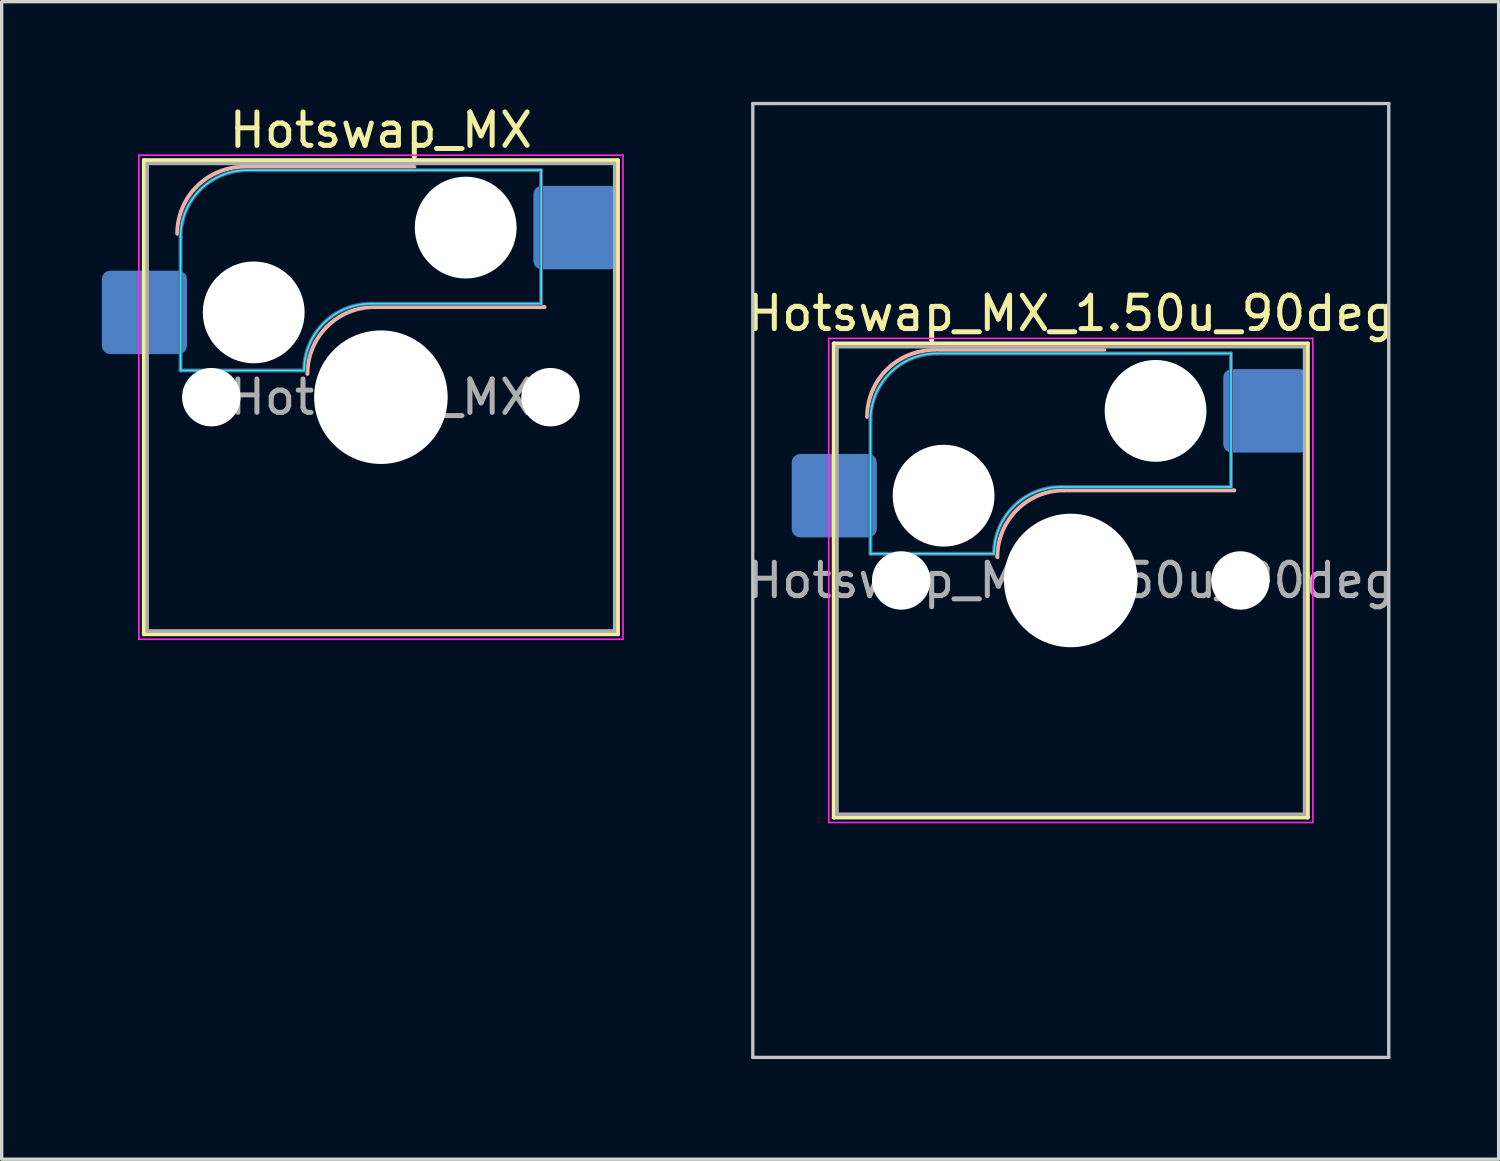
<source format=kicad_pcb>
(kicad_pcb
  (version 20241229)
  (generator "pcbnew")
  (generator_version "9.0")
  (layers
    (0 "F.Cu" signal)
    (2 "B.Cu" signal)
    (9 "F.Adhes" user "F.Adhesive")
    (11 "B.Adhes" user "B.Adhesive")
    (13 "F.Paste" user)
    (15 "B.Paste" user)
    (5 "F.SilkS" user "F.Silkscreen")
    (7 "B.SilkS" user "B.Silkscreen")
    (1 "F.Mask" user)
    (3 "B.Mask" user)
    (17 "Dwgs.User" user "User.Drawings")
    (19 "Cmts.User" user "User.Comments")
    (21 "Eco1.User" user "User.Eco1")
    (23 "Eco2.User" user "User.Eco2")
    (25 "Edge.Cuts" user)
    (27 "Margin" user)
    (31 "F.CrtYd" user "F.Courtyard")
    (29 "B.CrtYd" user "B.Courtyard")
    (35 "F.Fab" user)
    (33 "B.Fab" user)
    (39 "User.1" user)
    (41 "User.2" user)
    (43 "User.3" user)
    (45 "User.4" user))
  (footprint "Hotswap_MX"
    (layer "F.Cu")
    (at 8.36 8.848)
    (property "Reference" "Hotswap_MX" (at 0 -8 0) (layer "F.SilkS") (effects (font (size 1 1) (thickness 0.15))))
    (attr smd)
    (fp_line (start -7.1 -7.1) (end -7.1 7.1) (stroke (width 0.12) (type solid)) (layer "F.SilkS"))
    (fp_line (start -7.1 7.1) (end 7.1 7.1) (stroke (width 0.12) (type solid)) (layer "F.SilkS"))
    (fp_line (start 7.1 -7.1) (end -7.1 -7.1) (stroke (width 0.12) (type solid)) (layer "F.SilkS"))
    (fp_line (start 7.1 7.1) (end 7.1 -7.1) (stroke (width 0.12) (type solid)) (layer "F.SilkS"))
    (fp_line (start -4.1 -6.9) (end 1 -6.9) (stroke (width 0.12) (type solid)) (layer "B.SilkS"))
    (fp_line (start -0.2 -2.7) (end 4.9 -2.7) (stroke (width 0.12) (type solid)) (layer "B.SilkS"))
    (fp_arc (start -6.1 -4.9) (mid -5.514214 -6.314214) (end -4.1 -6.9) (stroke (width 0.12) (type solid)) (layer "B.SilkS"))
    (fp_arc (start -2.2 -0.7) (mid -1.614214 -2.114214) (end -0.2 -2.7) (stroke (width 0.12) (type solid)) (layer "B.SilkS"))
    (fp_line (start -7.8 -6) (end -7 -6) (stroke (width 0.1) (type solid)) (layer "Eco1.User"))
    (fp_line (start -7.8 -2.9) (end -7.8 -6) (stroke (width 0.1) (type solid)) (layer "Eco1.User"))
    (fp_line (start -7.8 2.9) (end -7 2.9) (stroke (width 0.1) (type solid)) (layer "Eco1.User"))
    (fp_line (start -7.8 6) (end -7.8 2.9) (stroke (width 0.1) (type solid)) (layer "Eco1.User"))
    (fp_line (start -7 -7) (end 7 -7) (stroke (width 0.1) (type solid)) (layer "Eco1.User"))
    (fp_line (start -7 -6) (end -7 -7) (stroke (width 0.1) (type solid)) (layer "Eco1.User"))
    (fp_line (start -7 -2.9) (end -7.8 -2.9) (stroke (width 0.1) (type solid)) (layer "Eco1.User"))
    (fp_line (start -7 2.9) (end -7 -2.9) (stroke (width 0.1) (type solid)) (layer "Eco1.User"))
    (fp_line (start -7 6) (end -7.8 6) (stroke (width 0.1) (type solid)) (layer "Eco1.User"))
    (fp_line (start -7 7) (end -7 6) (stroke (width 0.1) (type solid)) (layer "Eco1.User"))
    (fp_line (start 7 -7) (end 7 -6) (stroke (width 0.1) (type solid)) (layer "Eco1.User"))
    (fp_line (start 7 -6) (end 7.8 -6) (stroke (width 0.1) (type solid)) (layer "Eco1.User"))
    (fp_line (start 7 -2.9) (end 7 2.9) (stroke (width 0.1) (type solid)) (layer "Eco1.User"))
    (fp_line (start 7 2.9) (end 7.8 2.9) (stroke (width 0.1) (type solid)) (layer "Eco1.User"))
    (fp_line (start 7 6) (end 7 7) (stroke (width 0.1) (type solid)) (layer "Eco1.User"))
    (fp_line (start 7 7) (end -7 7) (stroke (width 0.1) (type solid)) (layer "Eco1.User"))
    (fp_line (start 7.8 -6) (end 7.8 -2.9) (stroke (width 0.1) (type solid)) (layer "Eco1.User"))
    (fp_line (start 7.8 -2.9) (end 7 -2.9) (stroke (width 0.1) (type solid)) (layer "Eco1.User"))
    (fp_line (start 7.8 2.9) (end 7.8 6) (stroke (width 0.1) (type solid)) (layer "Eco1.User"))
    (fp_line (start 7.8 6) (end 7 6) (stroke (width 0.1) (type solid)) (layer "Eco1.User"))
    (fp_line (start -6 -0.8) (end -6 -4.8) (stroke (width 0.05) (type solid)) (layer "B.CrtYd"))
    (fp_line (start -6 -0.8) (end -2.3 -0.8) (stroke (width 0.05) (type solid)) (layer "B.CrtYd"))
    (fp_line (start -4 -6.8) (end 4.8 -6.8) (stroke (width 0.05) (type solid)) (layer "B.CrtYd"))
    (fp_line (start -0.3 -2.8) (end 4.8 -2.8) (stroke (width 0.05) (type solid)) (layer "B.CrtYd"))
    (fp_line (start 4.8 -6.8) (end 4.8 -2.8) (stroke (width 0.05) (type solid)) (layer "B.CrtYd"))
    (fp_arc (start -6 -4.8) (mid -5.414214 -6.214214) (end -4 -6.8) (stroke (width 0.05) (type solid)) (layer "B.CrtYd"))
    (fp_arc (start -2.3 -0.8) (mid -1.714214 -2.214214) (end -0.3 -2.8) (stroke (width 0.05) (type solid)) (layer "B.CrtYd"))
    (fp_line (start -7.25 -7.25) (end -7.25 7.25) (stroke (width 0.05) (type solid)) (layer "F.CrtYd"))
    (fp_line (start -7.25 7.25) (end 7.25 7.25) (stroke (width 0.05) (type solid)) (layer "F.CrtYd"))
    (fp_line (start 7.25 -7.25) (end -7.25 -7.25) (stroke (width 0.05) (type solid)) (layer "F.CrtYd"))
    (fp_line (start 7.25 7.25) (end 7.25 -7.25) (stroke (width 0.05) (type solid)) (layer "F.CrtYd"))
    (fp_line (start -6 -0.8) (end -6 -4.8) (stroke (width 0.12) (type solid)) (layer "B.Fab"))
    (fp_line (start -6 -0.8) (end -2.3 -0.8) (stroke (width 0.12) (type solid)) (layer "B.Fab"))
    (fp_line (start -4 -6.8) (end 4.8 -6.8) (stroke (width 0.12) (type solid)) (layer "B.Fab"))
    (fp_line (start -0.3 -2.8) (end 4.8 -2.8) (stroke (width 0.12) (type solid)) (layer "B.Fab"))
    (fp_line (start 4.8 -6.8) (end 4.8 -2.8) (stroke (width 0.12) (type solid)) (layer "B.Fab"))
    (fp_arc (start -6 -4.8) (mid -5.414214 -6.214214) (end -4 -6.8) (stroke (width 0.12) (type solid)) (layer "B.Fab"))
    (fp_arc (start -2.3 -0.8) (mid -1.714214 -2.214214) (end -0.3 -2.8) (stroke (width 0.12) (type solid)) (layer "B.Fab"))
    (fp_line (start -7 -7) (end -7 7) (stroke (width 0.1) (type solid)) (layer "F.Fab"))
    (fp_line (start -7 7) (end 7 7) (stroke (width 0.1) (type solid)) (layer "F.Fab"))
    (fp_line (start 7 -7) (end -7 -7) (stroke (width 0.1) (type solid)) (layer "F.Fab"))
    (fp_line (start 7 7) (end 7 -7) (stroke (width 0.1) (type solid)) (layer "F.Fab"))
    (fp_text user "${REFERENCE}" (at 0 0 0) (layer "F.Fab") (effects (font (size 1 1) (thickness 0.15))))
    (pad "" np_thru_hole circle (at -5.08 0) (size 1.75 1.75) (drill 1.75) (layers "*.Cu" "*.Mask"))
    (pad "" np_thru_hole circle (at -3.81 -2.54) (size 3.05 3.05) (drill 3.05) (layers "*.Cu" "*.Mask"))
    (pad "" np_thru_hole circle (at 0 0) (size 4 4) (drill 4) (layers "*.Cu" "*.Mask"))
    (pad "" np_thru_hole circle (at 2.54 -5.08) (size 3.05 3.05) (drill 3.05) (layers "*.Cu" "*.Mask"))
    (pad "" np_thru_hole circle (at 5.08 0) (size 1.75 1.75) (drill 1.75) (layers "*.Cu" "*.Mask"))
    (pad "1" smd roundrect (at -7.085 -2.54) (size 2.55 2.5) (layers "B.Cu" "B.Mask" "B.Paste") (roundrect_rratio 0.1))
    (pad "2" smd roundrect (at 5.842 -5.08) (size 2.55 2.5) (layers "B.Cu" "B.Mask" "B.Paste") (roundrect_rratio 0.1)))
  (footprint "Hotswap_MX_1.50u_90deg"
    (layer "F.Cu")
    (at 29.025 14.338)
    (property "Reference" "Hotswap_MX_1.50u_90deg" (at 0 -8 0) (layer "F.SilkS") (effects (font (size 1 1) (thickness 0.15))))
    (attr smd)
    (fp_line (start -7.1 -7.1) (end -7.1 7.1) (stroke (width 0.12) (type solid)) (layer "F.SilkS"))
    (fp_line (start -7.1 7.1) (end 7.1 7.1) (stroke (width 0.12) (type solid)) (layer "F.SilkS"))
    (fp_line (start 7.1 -7.1) (end -7.1 -7.1) (stroke (width 0.12) (type solid)) (layer "F.SilkS"))
    (fp_line (start 7.1 7.1) (end 7.1 -7.1) (stroke (width 0.12) (type solid)) (layer "F.SilkS"))
    (fp_line (start -4.1 -6.9) (end 1 -6.9) (stroke (width 0.12) (type solid)) (layer "B.SilkS"))
    (fp_line (start -0.2 -2.7) (end 4.9 -2.7) (stroke (width 0.12) (type solid)) (layer "B.SilkS"))
    (fp_arc (start -6.1 -4.9) (mid -5.514214 -6.314214) (end -4.1 -6.9) (stroke (width 0.12) (type solid)) (layer "B.SilkS"))
    (fp_arc (start -2.2 -0.7) (mid -1.614214 -2.114214) (end -0.2 -2.7) (stroke (width 0.12) (type solid)) (layer "B.SilkS"))
    (fp_line (start -9.525 -14.287) (end 9.525 -14.287) (stroke (width 0.1) (type solid)) (layer "Dwgs.User"))
    (fp_line (start -9.525 14.287) (end -9.525 -14.287) (stroke (width 0.1) (type solid)) (layer "Dwgs.User"))
    (fp_line (start 9.525 -14.287) (end 9.525 14.287) (stroke (width 0.1) (type solid)) (layer "Dwgs.User"))
    (fp_line (start 9.525 14.287) (end -9.525 14.287) (stroke (width 0.1) (type solid)) (layer "Dwgs.User"))
    (fp_line (start -7.8 -6) (end -7 -6) (stroke (width 0.1) (type solid)) (layer "Eco1.User"))
    (fp_line (start -7.8 -2.9) (end -7.8 -6) (stroke (width 0.1) (type solid)) (layer "Eco1.User"))
    (fp_line (start -7.8 2.9) (end -7 2.9) (stroke (width 0.1) (type solid)) (layer "Eco1.User"))
    (fp_line (start -7.8 6) (end -7.8 2.9) (stroke (width 0.1) (type solid)) (layer "Eco1.User"))
    (fp_line (start -7 -7) (end 7 -7) (stroke (width 0.1) (type solid)) (layer "Eco1.User"))
    (fp_line (start -7 -6) (end -7 -7) (stroke (width 0.1) (type solid)) (layer "Eco1.User"))
    (fp_line (start -7 -2.9) (end -7.8 -2.9) (stroke (width 0.1) (type solid)) (layer "Eco1.User"))
    (fp_line (start -7 2.9) (end -7 -2.9) (stroke (width 0.1) (type solid)) (layer "Eco1.User"))
    (fp_line (start -7 6) (end -7.8 6) (stroke (width 0.1) (type solid)) (layer "Eco1.User"))
    (fp_line (start -7 7) (end -7 6) (stroke (width 0.1) (type solid)) (layer "Eco1.User"))
    (fp_line (start 7 -7) (end 7 -6) (stroke (width 0.1) (type solid)) (layer "Eco1.User"))
    (fp_line (start 7 -6) (end 7.8 -6) (stroke (width 0.1) (type solid)) (layer "Eco1.User"))
    (fp_line (start 7 -2.9) (end 7 2.9) (stroke (width 0.1) (type solid)) (layer "Eco1.User"))
    (fp_line (start 7 2.9) (end 7.8 2.9) (stroke (width 0.1) (type solid)) (layer "Eco1.User"))
    (fp_line (start 7 6) (end 7 7) (stroke (width 0.1) (type solid)) (layer "Eco1.User"))
    (fp_line (start 7 7) (end -7 7) (stroke (width 0.1) (type solid)) (layer "Eco1.User"))
    (fp_line (start 7.8 -6) (end 7.8 -2.9) (stroke (width 0.1) (type solid)) (layer "Eco1.User"))
    (fp_line (start 7.8 -2.9) (end 7 -2.9) (stroke (width 0.1) (type solid)) (layer "Eco1.User"))
    (fp_line (start 7.8 2.9) (end 7.8 6) (stroke (width 0.1) (type solid)) (layer "Eco1.User"))
    (fp_line (start 7.8 6) (end 7 6) (stroke (width 0.1) (type solid)) (layer "Eco1.User"))
    (fp_line (start -6 -0.8) (end -6 -4.8) (stroke (width 0.05) (type solid)) (layer "B.CrtYd"))
    (fp_line (start -6 -0.8) (end -2.3 -0.8) (stroke (width 0.05) (type solid)) (layer "B.CrtYd"))
    (fp_line (start -4 -6.8) (end 4.8 -6.8) (stroke (width 0.05) (type solid)) (layer "B.CrtYd"))
    (fp_line (start -0.3 -2.8) (end 4.8 -2.8) (stroke (width 0.05) (type solid)) (layer "B.CrtYd"))
    (fp_line (start 4.8 -6.8) (end 4.8 -2.8) (stroke (width 0.05) (type solid)) (layer "B.CrtYd"))
    (fp_arc (start -6 -4.8) (mid -5.414214 -6.214214) (end -4 -6.8) (stroke (width 0.05) (type solid)) (layer "B.CrtYd"))
    (fp_arc (start -2.3 -0.8) (mid -1.714214 -2.214214) (end -0.3 -2.8) (stroke (width 0.05) (type solid)) (layer "B.CrtYd"))
    (fp_line (start -7.25 -7.25) (end -7.25 7.25) (stroke (width 0.05) (type solid)) (layer "F.CrtYd"))
    (fp_line (start -7.25 7.25) (end 7.25 7.25) (stroke (width 0.05) (type solid)) (layer "F.CrtYd"))
    (fp_line (start 7.25 -7.25) (end -7.25 -7.25) (stroke (width 0.05) (type solid)) (layer "F.CrtYd"))
    (fp_line (start 7.25 7.25) (end 7.25 -7.25) (stroke (width 0.05) (type solid)) (layer "F.CrtYd"))
    (fp_line (start -6 -0.8) (end -6 -4.8) (stroke (width 0.12) (type solid)) (layer "B.Fab"))
    (fp_line (start -6 -0.8) (end -2.3 -0.8) (stroke (width 0.12) (type solid)) (layer "B.Fab"))
    (fp_line (start -4 -6.8) (end 4.8 -6.8) (stroke (width 0.12) (type solid)) (layer "B.Fab"))
    (fp_line (start -0.3 -2.8) (end 4.8 -2.8) (stroke (width 0.12) (type solid)) (layer "B.Fab"))
    (fp_line (start 4.8 -6.8) (end 4.8 -2.8) (stroke (width 0.12) (type solid)) (layer "B.Fab"))
    (fp_arc (start -6 -4.8) (mid -5.414214 -6.214214) (end -4 -6.8) (stroke (width 0.12) (type solid)) (layer "B.Fab"))
    (fp_arc (start -2.3 -0.8) (mid -1.714214 -2.214214) (end -0.3 -2.8) (stroke (width 0.12) (type solid)) (layer "B.Fab"))
    (fp_line (start -7 -7) (end -7 7) (stroke (width 0.1) (type solid)) (layer "F.Fab"))
    (fp_line (start -7 7) (end 7 7) (stroke (width 0.1) (type solid)) (layer "F.Fab"))
    (fp_line (start 7 -7) (end -7 -7) (stroke (width 0.1) (type solid)) (layer "F.Fab"))
    (fp_line (start 7 7) (end 7 -7) (stroke (width 0.1) (type solid)) (layer "F.Fab"))
    (fp_text user "${REFERENCE}" (at 0 0 0) (layer "F.Fab") (effects (font (size 1 1) (thickness 0.15))))
    (pad "" np_thru_hole circle (at -5.08 0) (size 1.75 1.75) (drill 1.75) (layers "*.Cu" "*.Mask"))
    (pad "" np_thru_hole circle (at -3.81 -2.54) (size 3.05 3.05) (drill 3.05) (layers "*.Cu" "*.Mask"))
    (pad "" np_thru_hole circle (at 0 0) (size 4 4) (drill 4) (layers "*.Cu" "*.Mask"))
    (pad "" np_thru_hole circle (at 2.54 -5.08) (size 3.05 3.05) (drill 3.05) (layers "*.Cu" "*.Mask"))
    (pad "" np_thru_hole circle (at 5.08 0) (size 1.75 1.75) (drill 1.75) (layers "*.Cu" "*.Mask"))
    (pad "1" smd roundrect (at -7.085 -2.54) (size 2.55 2.5) (layers "B.Cu" "B.Mask" "B.Paste") (roundrect_rratio 0.1))
    (pad "2" smd roundrect (at 5.842 -5.08) (size 2.55 2.5) (layers "B.Cu" "B.Mask" "B.Paste") (roundrect_rratio 0.1)))
  (gr_rect
    (start -3 -3)
    (end 41.841 31.675)
    (stroke (width 0.1) (type default))
    (fill no)
    (layer "Edge.Cuts")))
</source>
